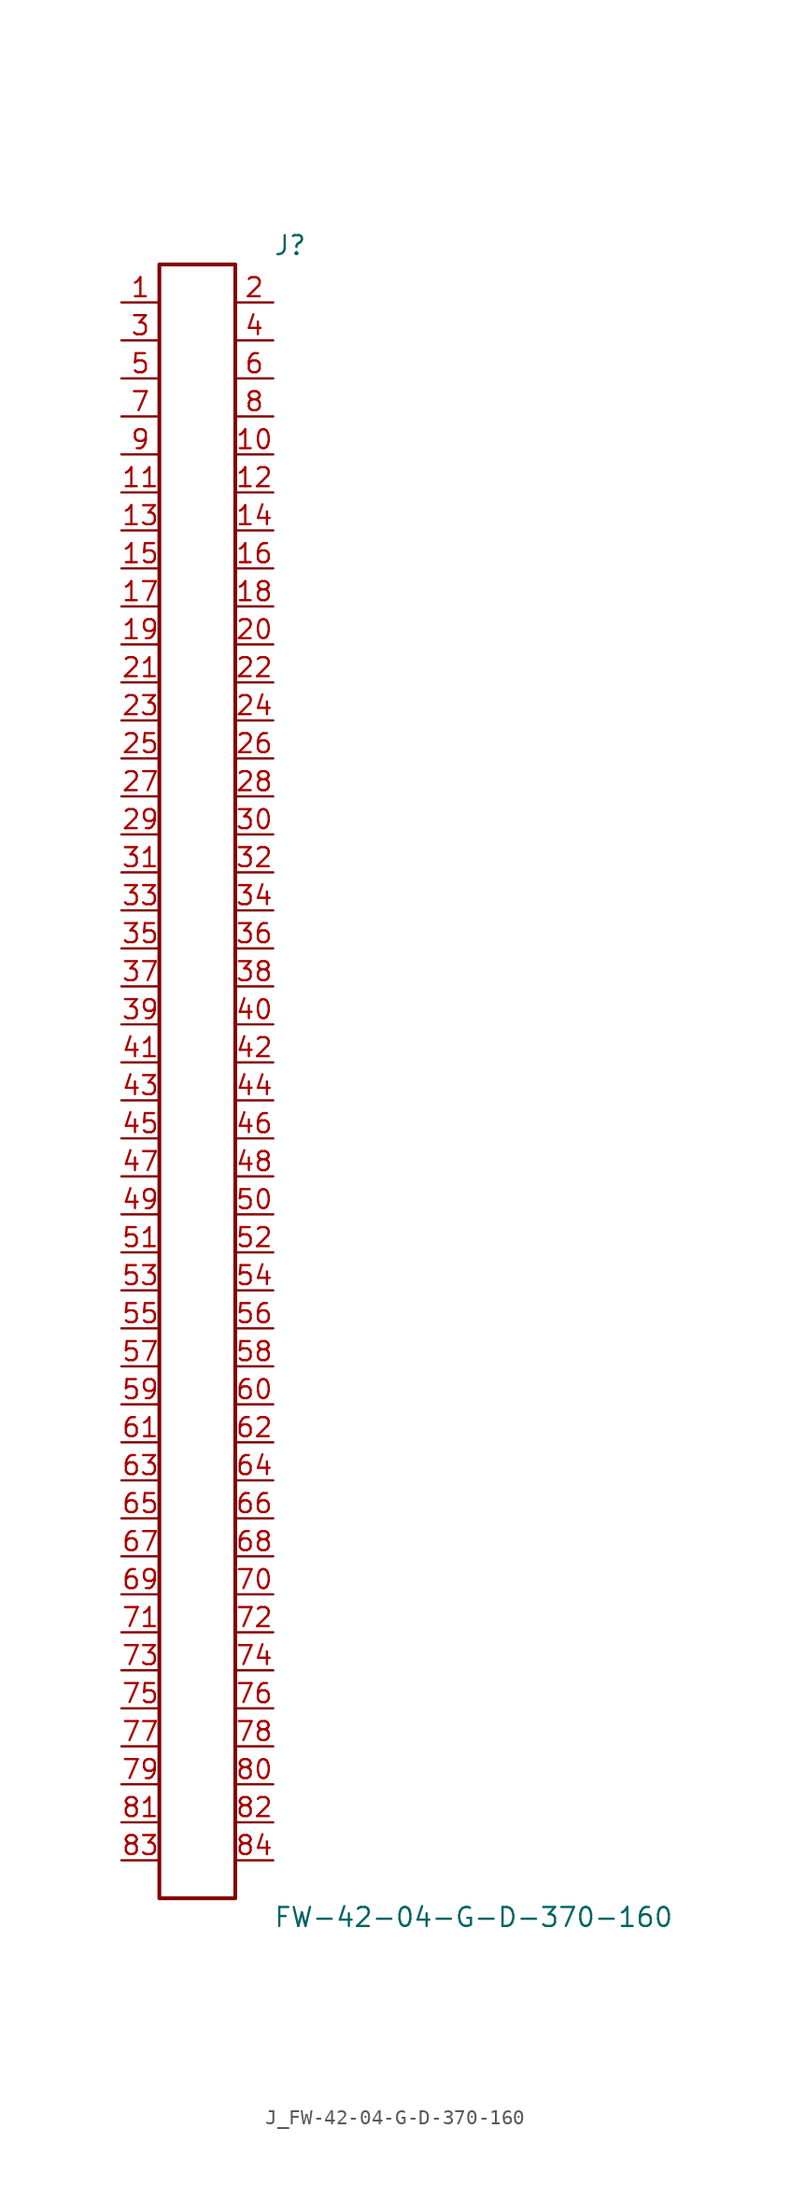
<source format=kicad_sym>
(kicad_symbol_lib
  (version 20231120)
  (generator kicad_symbol_editor)
  (generator_version 8.0)
  (symbol "J_FW-42-04-G-D-370-160"
    (pin_names
      (offset 0.254))
    (property "Reference" "J"
      (at 5.08 55.88 0)
      (effects (font (size 1.27 1.27)) (justify left)))
    (property "Value" "FW-42-04-G-D-370-160"
      (at 5.08 -55.88 0)
      (effects (font (size 1.27 1.27)) (justify left)))
    (symbol "J_FW-42-04-G-D-370-160_0_0"
      (pin unspecified line (at -5.08 52.07 0) (length 2.54) (name "" (effects (font (size 1.27 1.27)))) (number "1" (effects (font (size 1.27 1.27)))))
      (pin unspecified line (at 5.08 52.07 180) (length 2.54) (name "" (effects (font (size 1.27 1.27)))) (number "2" (effects (font (size 1.27 1.27)))))
      (pin unspecified line (at -5.08 49.53 0) (length 2.54) (name "" (effects (font (size 1.27 1.27)))) (number "3" (effects (font (size 1.27 1.27)))))
      (pin unspecified line (at 5.08 49.53 180) (length 2.54) (name "" (effects (font (size 1.27 1.27)))) (number "4" (effects (font (size 1.27 1.27)))))
      (pin unspecified line (at -5.08 46.99 0) (length 2.54) (name "" (effects (font (size 1.27 1.27)))) (number "5" (effects (font (size 1.27 1.27)))))
      (pin unspecified line (at 5.08 46.99 180) (length 2.54) (name "" (effects (font (size 1.27 1.27)))) (number "6" (effects (font (size 1.27 1.27)))))
      (pin unspecified line (at -5.08 44.45 0) (length 2.54) (name "" (effects (font (size 1.27 1.27)))) (number "7" (effects (font (size 1.27 1.27)))))
      (pin unspecified line (at 5.08 44.45 180) (length 2.54) (name "" (effects (font (size 1.27 1.27)))) (number "8" (effects (font (size 1.27 1.27)))))
      (pin unspecified line (at -5.08 41.91 0) (length 2.54) (name "" (effects (font (size 1.27 1.27)))) (number "9" (effects (font (size 1.27 1.27)))))
      (pin unspecified line (at 5.08 41.91 180) (length 2.54) (name "" (effects (font (size 1.27 1.27)))) (number "10" (effects (font (size 1.27 1.27)))))
      (pin unspecified line (at -5.08 39.37 0) (length 2.54) (name "" (effects (font (size 1.27 1.27)))) (number "11" (effects (font (size 1.27 1.27)))))
      (pin unspecified line (at 5.08 39.37 180) (length 2.54) (name "" (effects (font (size 1.27 1.27)))) (number "12" (effects (font (size 1.27 1.27)))))
      (pin unspecified line (at -5.08 36.83 0) (length 2.54) (name "" (effects (font (size 1.27 1.27)))) (number "13" (effects (font (size 1.27 1.27)))))
      (pin unspecified line (at 5.08 36.83 180) (length 2.54) (name "" (effects (font (size 1.27 1.27)))) (number "14" (effects (font (size 1.27 1.27)))))
      (pin unspecified line (at -5.08 34.29 0) (length 2.54) (name "" (effects (font (size 1.27 1.27)))) (number "15" (effects (font (size 1.27 1.27)))))
      (pin unspecified line (at 5.08 34.29 180) (length 2.54) (name "" (effects (font (size 1.27 1.27)))) (number "16" (effects (font (size 1.27 1.27)))))
      (pin unspecified line (at -5.08 31.75 0) (length 2.54) (name "" (effects (font (size 1.27 1.27)))) (number "17" (effects (font (size 1.27 1.27)))))
      (pin unspecified line (at 5.08 31.75 180) (length 2.54) (name "" (effects (font (size 1.27 1.27)))) (number "18" (effects (font (size 1.27 1.27)))))
      (pin unspecified line (at -5.08 29.21 0) (length 2.54) (name "" (effects (font (size 1.27 1.27)))) (number "19" (effects (font (size 1.27 1.27)))))
      (pin unspecified line (at 5.08 29.21 180) (length 2.54) (name "" (effects (font (size 1.27 1.27)))) (number "20" (effects (font (size 1.27 1.27)))))
      (pin unspecified line (at -5.08 26.67 0) (length 2.54) (name "" (effects (font (size 1.27 1.27)))) (number "21" (effects (font (size 1.27 1.27)))))
      (pin unspecified line (at 5.08 26.67 180) (length 2.54) (name "" (effects (font (size 1.27 1.27)))) (number "22" (effects (font (size 1.27 1.27)))))
      (pin unspecified line (at -5.08 24.13 0) (length 2.54) (name "" (effects (font (size 1.27 1.27)))) (number "23" (effects (font (size 1.27 1.27)))))
      (pin unspecified line (at 5.08 24.13 180) (length 2.54) (name "" (effects (font (size 1.27 1.27)))) (number "24" (effects (font (size 1.27 1.27)))))
      (pin unspecified line (at -5.08 21.59 0) (length 2.54) (name "" (effects (font (size 1.27 1.27)))) (number "25" (effects (font (size 1.27 1.27)))))
      (pin unspecified line (at 5.08 21.59 180) (length 2.54) (name "" (effects (font (size 1.27 1.27)))) (number "26" (effects (font (size 1.27 1.27)))))
      (pin unspecified line (at -5.08 19.05 0) (length 2.54) (name "" (effects (font (size 1.27 1.27)))) (number "27" (effects (font (size 1.27 1.27)))))
      (pin unspecified line (at 5.08 19.05 180) (length 2.54) (name "" (effects (font (size 1.27 1.27)))) (number "28" (effects (font (size 1.27 1.27)))))
      (pin unspecified line (at -5.08 16.51 0) (length 2.54) (name "" (effects (font (size 1.27 1.27)))) (number "29" (effects (font (size 1.27 1.27)))))
      (pin unspecified line (at 5.08 16.51 180) (length 2.54) (name "" (effects (font (size 1.27 1.27)))) (number "30" (effects (font (size 1.27 1.27)))))
      (pin unspecified line (at -5.08 13.97 0) (length 2.54) (name "" (effects (font (size 1.27 1.27)))) (number "31" (effects (font (size 1.27 1.27)))))
      (pin unspecified line (at 5.08 13.97 180) (length 2.54) (name "" (effects (font (size 1.27 1.27)))) (number "32" (effects (font (size 1.27 1.27)))))
      (pin unspecified line (at -5.08 11.43 0) (length 2.54) (name "" (effects (font (size 1.27 1.27)))) (number "33" (effects (font (size 1.27 1.27)))))
      (pin unspecified line (at 5.08 11.43 180) (length 2.54) (name "" (effects (font (size 1.27 1.27)))) (number "34" (effects (font (size 1.27 1.27)))))
      (pin unspecified line (at -5.08 8.89 0) (length 2.54) (name "" (effects (font (size 1.27 1.27)))) (number "35" (effects (font (size 1.27 1.27)))))
      (pin unspecified line (at 5.08 8.89 180) (length 2.54) (name "" (effects (font (size 1.27 1.27)))) (number "36" (effects (font (size 1.27 1.27)))))
      (pin unspecified line (at -5.08 6.35 0) (length 2.54) (name "" (effects (font (size 1.27 1.27)))) (number "37" (effects (font (size 1.27 1.27)))))
      (pin unspecified line (at 5.08 6.35 180) (length 2.54) (name "" (effects (font (size 1.27 1.27)))) (number "38" (effects (font (size 1.27 1.27)))))
      (pin unspecified line (at -5.08 3.81 0) (length 2.54) (name "" (effects (font (size 1.27 1.27)))) (number "39" (effects (font (size 1.27 1.27)))))
      (pin unspecified line (at 5.08 3.81 180) (length 2.54) (name "" (effects (font (size 1.27 1.27)))) (number "40" (effects (font (size 1.27 1.27)))))
      (pin unspecified line (at -5.08 1.27 0) (length 2.54) (name "" (effects (font (size 1.27 1.27)))) (number "41" (effects (font (size 1.27 1.27)))))
      (pin unspecified line (at 5.08 1.27 180) (length 2.54) (name "" (effects (font (size 1.27 1.27)))) (number "42" (effects (font (size 1.27 1.27)))))
      (pin unspecified line (at -5.08 -1.27 0) (length 2.54) (name "" (effects (font (size 1.27 1.27)))) (number "43" (effects (font (size 1.27 1.27)))))
      (pin unspecified line (at 5.08 -1.27 180) (length 2.54) (name "" (effects (font (size 1.27 1.27)))) (number "44" (effects (font (size 1.27 1.27)))))
      (pin unspecified line (at -5.08 -3.81 0) (length 2.54) (name "" (effects (font (size 1.27 1.27)))) (number "45" (effects (font (size 1.27 1.27)))))
      (pin unspecified line (at 5.08 -3.81 180) (length 2.54) (name "" (effects (font (size 1.27 1.27)))) (number "46" (effects (font (size 1.27 1.27)))))
      (pin unspecified line (at -5.08 -6.35 0) (length 2.54) (name "" (effects (font (size 1.27 1.27)))) (number "47" (effects (font (size 1.27 1.27)))))
      (pin unspecified line (at 5.08 -6.35 180) (length 2.54) (name "" (effects (font (size 1.27 1.27)))) (number "48" (effects (font (size 1.27 1.27)))))
      (pin unspecified line (at -5.08 -8.89 0) (length 2.54) (name "" (effects (font (size 1.27 1.27)))) (number "49" (effects (font (size 1.27 1.27)))))
      (pin unspecified line (at 5.08 -8.89 180) (length 2.54) (name "" (effects (font (size 1.27 1.27)))) (number "50" (effects (font (size 1.27 1.27)))))
      (pin unspecified line (at -5.08 -11.43 0) (length 2.54) (name "" (effects (font (size 1.27 1.27)))) (number "51" (effects (font (size 1.27 1.27)))))
      (pin unspecified line (at 5.08 -11.43 180) (length 2.54) (name "" (effects (font (size 1.27 1.27)))) (number "52" (effects (font (size 1.27 1.27)))))
      (pin unspecified line (at -5.08 -13.97 0) (length 2.54) (name "" (effects (font (size 1.27 1.27)))) (number "53" (effects (font (size 1.27 1.27)))))
      (pin unspecified line (at 5.08 -13.97 180) (length 2.54) (name "" (effects (font (size 1.27 1.27)))) (number "54" (effects (font (size 1.27 1.27)))))
      (pin unspecified line (at -5.08 -16.51 0) (length 2.54) (name "" (effects (font (size 1.27 1.27)))) (number "55" (effects (font (size 1.27 1.27)))))
      (pin unspecified line (at 5.08 -16.51 180) (length 2.54) (name "" (effects (font (size 1.27 1.27)))) (number "56" (effects (font (size 1.27 1.27)))))
      (pin unspecified line (at -5.08 -19.05 0) (length 2.54) (name "" (effects (font (size 1.27 1.27)))) (number "57" (effects (font (size 1.27 1.27)))))
      (pin unspecified line (at 5.08 -19.05 180) (length 2.54) (name "" (effects (font (size 1.27 1.27)))) (number "58" (effects (font (size 1.27 1.27)))))
      (pin unspecified line (at -5.08 -21.59 0) (length 2.54) (name "" (effects (font (size 1.27 1.27)))) (number "59" (effects (font (size 1.27 1.27)))))
      (pin unspecified line (at 5.08 -21.59 180) (length 2.54) (name "" (effects (font (size 1.27 1.27)))) (number "60" (effects (font (size 1.27 1.27)))))
      (pin unspecified line (at -5.08 -24.13 0) (length 2.54) (name "" (effects (font (size 1.27 1.27)))) (number "61" (effects (font (size 1.27 1.27)))))
      (pin unspecified line (at 5.08 -24.13 180) (length 2.54) (name "" (effects (font (size 1.27 1.27)))) (number "62" (effects (font (size 1.27 1.27)))))
      (pin unspecified line (at -5.08 -26.67 0) (length 2.54) (name "" (effects (font (size 1.27 1.27)))) (number "63" (effects (font (size 1.27 1.27)))))
      (pin unspecified line (at 5.08 -26.67 180) (length 2.54) (name "" (effects (font (size 1.27 1.27)))) (number "64" (effects (font (size 1.27 1.27)))))
      (pin unspecified line (at -5.08 -29.21 0) (length 2.54) (name "" (effects (font (size 1.27 1.27)))) (number "65" (effects (font (size 1.27 1.27)))))
      (pin unspecified line (at 5.08 -29.21 180) (length 2.54) (name "" (effects (font (size 1.27 1.27)))) (number "66" (effects (font (size 1.27 1.27)))))
      (pin unspecified line (at -5.08 -31.75 0) (length 2.54) (name "" (effects (font (size 1.27 1.27)))) (number "67" (effects (font (size 1.27 1.27)))))
      (pin unspecified line (at 5.08 -31.75 180) (length 2.54) (name "" (effects (font (size 1.27 1.27)))) (number "68" (effects (font (size 1.27 1.27)))))
      (pin unspecified line (at -5.08 -34.29 0) (length 2.54) (name "" (effects (font (size 1.27 1.27)))) (number "69" (effects (font (size 1.27 1.27)))))
      (pin unspecified line (at 5.08 -34.29 180) (length 2.54) (name "" (effects (font (size 1.27 1.27)))) (number "70" (effects (font (size 1.27 1.27)))))
      (pin unspecified line (at -5.08 -36.83 0) (length 2.54) (name "" (effects (font (size 1.27 1.27)))) (number "71" (effects (font (size 1.27 1.27)))))
      (pin unspecified line (at 5.08 -36.83 180) (length 2.54) (name "" (effects (font (size 1.27 1.27)))) (number "72" (effects (font (size 1.27 1.27)))))
      (pin unspecified line (at -5.08 -39.37 0) (length 2.54) (name "" (effects (font (size 1.27 1.27)))) (number "73" (effects (font (size 1.27 1.27)))))
      (pin unspecified line (at 5.08 -39.37 180) (length 2.54) (name "" (effects (font (size 1.27 1.27)))) (number "74" (effects (font (size 1.27 1.27)))))
      (pin unspecified line (at -5.08 -41.91 0) (length 2.54) (name "" (effects (font (size 1.27 1.27)))) (number "75" (effects (font (size 1.27 1.27)))))
      (pin unspecified line (at 5.08 -41.91 180) (length 2.54) (name "" (effects (font (size 1.27 1.27)))) (number "76" (effects (font (size 1.27 1.27)))))
      (pin unspecified line (at -5.08 -44.45 0) (length 2.54) (name "" (effects (font (size 1.27 1.27)))) (number "77" (effects (font (size 1.27 1.27)))))
      (pin unspecified line (at 5.08 -44.45 180) (length 2.54) (name "" (effects (font (size 1.27 1.27)))) (number "78" (effects (font (size 1.27 1.27)))))
      (pin unspecified line (at -5.08 -46.99 0) (length 2.54) (name "" (effects (font (size 1.27 1.27)))) (number "79" (effects (font (size 1.27 1.27)))))
      (pin unspecified line (at 5.08 -46.99 180) (length 2.54) (name "" (effects (font (size 1.27 1.27)))) (number "80" (effects (font (size 1.27 1.27)))))
      (pin unspecified line (at -5.08 -49.53 0) (length 2.54) (name "" (effects (font (size 1.27 1.27)))) (number "81" (effects (font (size 1.27 1.27)))))
      (pin unspecified line (at 5.08 -49.53 180) (length 2.54) (name "" (effects (font (size 1.27 1.27)))) (number "82" (effects (font (size 1.27 1.27)))))
      (pin unspecified line (at -5.08 -52.07 0) (length 2.54) (name "" (effects (font (size 1.27 1.27)))) (number "83" (effects (font (size 1.27 1.27)))))
      (pin unspecified line (at 5.08 -52.07 180) (length 2.54) (name "" (effects (font (size 1.27 1.27)))) (number "84" (effects (font (size 1.27 1.27))))))
    (symbol "J_FW-42-04-G-D-370-160_1_0"
      (rectangle (start -2.54 54.61) (end 2.54 -54.61) (stroke (width 0.254) (type solid)) (fill (type none))))))
</source>
